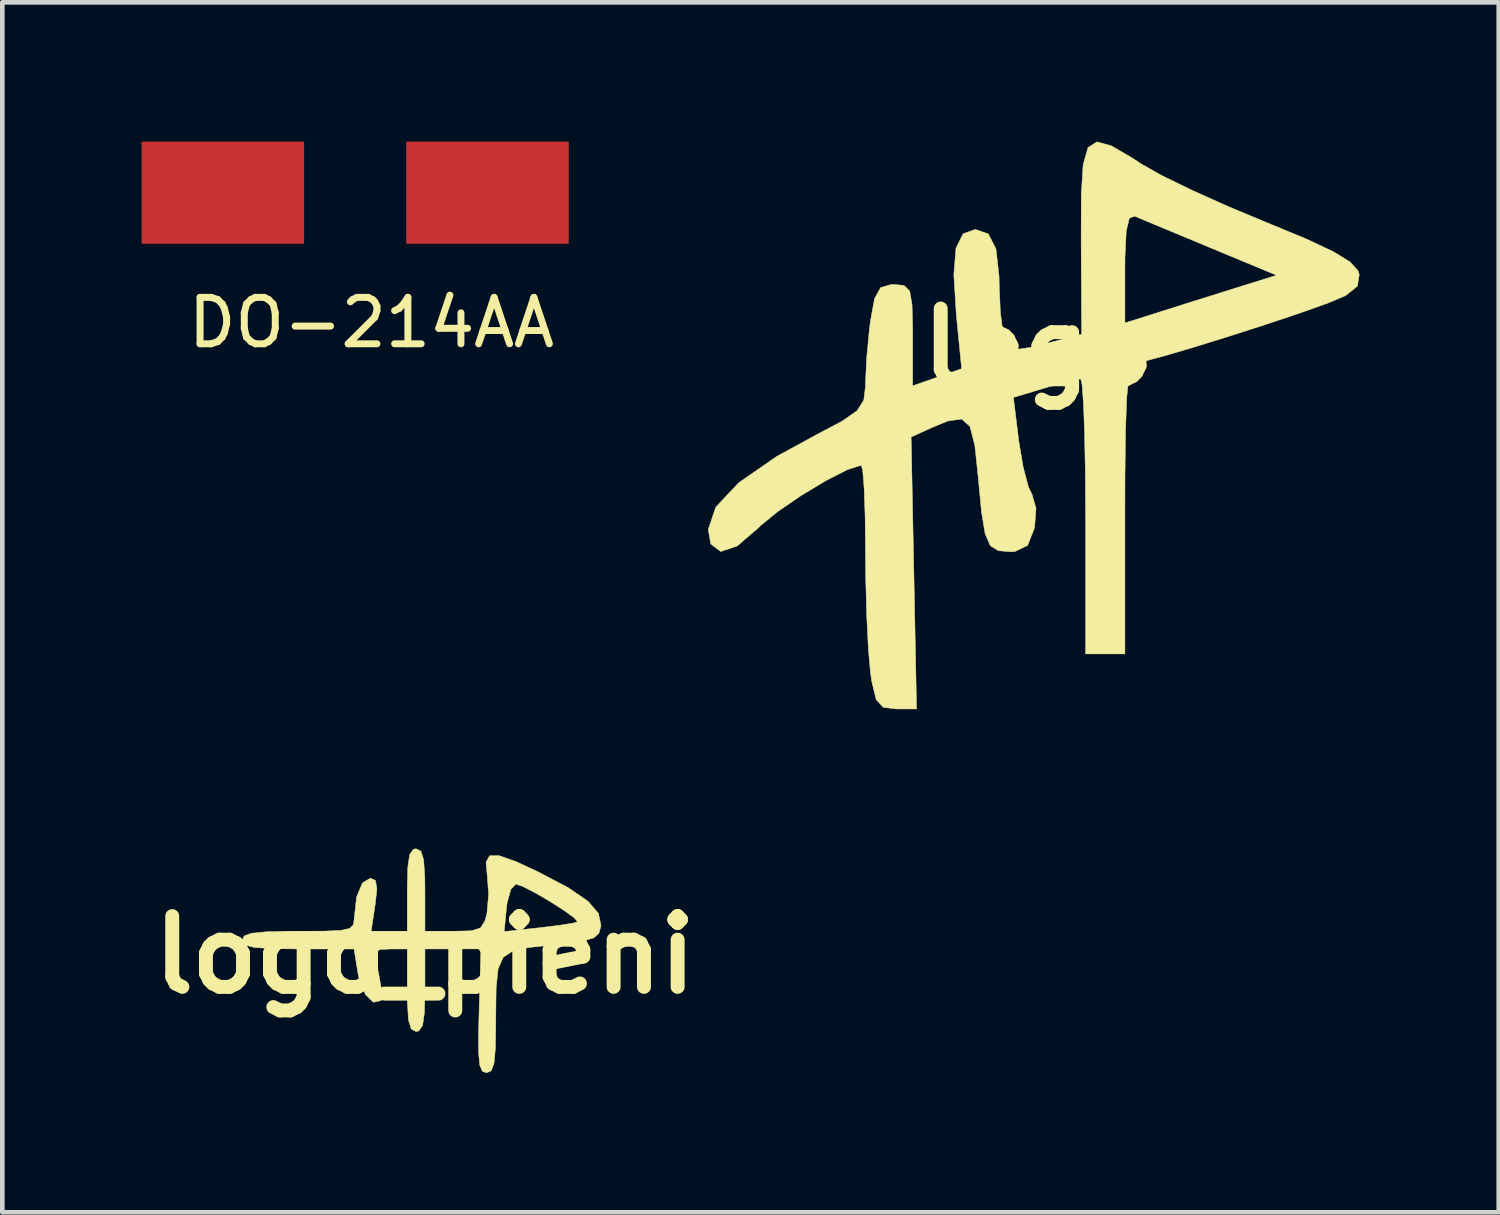
<source format=kicad_pcb>
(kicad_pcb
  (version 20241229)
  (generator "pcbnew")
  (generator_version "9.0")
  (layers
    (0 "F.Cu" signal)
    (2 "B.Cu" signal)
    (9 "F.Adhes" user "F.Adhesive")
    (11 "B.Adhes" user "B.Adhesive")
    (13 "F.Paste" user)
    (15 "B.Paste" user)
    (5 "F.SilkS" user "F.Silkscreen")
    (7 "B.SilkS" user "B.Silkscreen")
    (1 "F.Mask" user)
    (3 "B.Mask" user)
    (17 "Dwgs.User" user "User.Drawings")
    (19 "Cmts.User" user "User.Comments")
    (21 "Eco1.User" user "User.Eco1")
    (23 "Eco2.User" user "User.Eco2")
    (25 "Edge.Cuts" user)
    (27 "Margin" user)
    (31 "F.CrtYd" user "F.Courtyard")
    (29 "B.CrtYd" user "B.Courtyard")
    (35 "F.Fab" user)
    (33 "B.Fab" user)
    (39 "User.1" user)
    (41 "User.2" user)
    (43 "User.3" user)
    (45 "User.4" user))
  (footprint "logo"
    (layer "F.Cu")
    (at 19.317 4.431)
    (property "Reference" "logo" (at 0 0 0) (layer "F.SilkS") (effects (font (size 1.524 1.524) (thickness 0.3))))
    (attr through_hole)
    (fp_poly (pts (xy 1.567 -4.342) (xy 2.015 -4.081) (xy 2.22 -3.947) (xy 2.651 -3.703) (xy 3.308 -3.383) (xy 4.099 -3.028) (xy 4.883 -2.701) (xy 5.754 -2.341) (xy 6.348 -2.063) (xy 6.709 -1.842) (xy 6.881 -1.654) (xy 6.91 -1.566) (xy 6.87 -1.317) (xy 6.616 -1.114) (xy 6.232 -0.951) (xy 5.607 -0.73) (xy 4.866 -0.482) (xy 4.084 -0.231) (xy 3.339 0.000153) (xy 2.703 0.187) (xy 2.254 0.307) (xy 2.081 0.339) (xy 2.001 0.411) (xy 1.942 0.652) (xy 1.901 1.1) (xy 1.876 1.791) (xy 1.864 2.761) (xy 1.863 3.471) (xy 1.863 6.604) (xy 1.016 6.604) (xy 1.016 3.641) (xy 1.01 2.681) (xy 0.994 1.852) (xy 0.97 1.205) (xy 0.939 0.797) (xy 0.909 0.677) (xy 0.692 0.722) (xy 0.283 0.833) (xy 0.131 0.878) (xy -0.539 1.079) (xy -0.423 2.021) (xy -0.329 2.58) (xy -0.214 3.011) (xy -0.138 3.168) (xy -0.052 3.467) (xy -0.083 3.888) (xy -0.234 4.268) (xy -0.508 4.399) (xy -0.596 4.403) (xy -0.861 4.381) (xy -1.036 4.273) (xy -1.148 4.015) (xy -1.226 3.545) (xy -1.296 2.809) (xy -1.37 2.111) (xy -1.475 1.705) (xy -1.654 1.545) (xy -1.95 1.586) (xy -2.294 1.728) (xy -2.742 1.932) (xy -2.683 4.861) (xy -2.625 7.789) (xy -3.067 7.789) (xy -3.343 7.753) (xy -3.496 7.586) (xy -3.589 7.2) (xy -3.618 7.004) (xy -3.663 6.498) (xy -3.699 5.767) (xy -3.721 4.925) (xy -3.725 4.379) (xy -3.733 3.636) (xy -3.754 3.036) (xy -3.785 2.65) (xy -3.816 2.54) (xy -4.11 2.633) (xy -4.575 2.87) (xy -5.109 3.191) (xy -5.613 3.536) (xy -5.988 3.843) (xy -6.031 3.886) (xy -6.49 4.281) (xy -6.843 4.398) (xy -7.058 4.236) (xy -7.112 3.923) (xy -6.949 3.442) (xy -6.458 2.919) (xy -5.637 2.35) (xy -4.776 1.88) (xy -4.22 1.586) (xy -3.904 1.363) (xy -3.762 1.14) (xy -3.726 0.848) (xy -3.725 0.783) (xy -3.701 0.25) (xy -3.641 -0.387) (xy -3.618 -0.569) (xy -3.529 -1.053) (xy -3.399 -1.286) (xy -3.173 -1.353) (xy -3.11 -1.355) (xy -2.894 -1.332) (xy -2.774 -1.213) (xy -2.722 -0.921) (xy -2.709 -0.38) (xy -2.709 -0.263) (xy -2.709 0.829) (xy -1.654 0.461) (xy -1.769 -0.704) (xy -1.822 -1.562) (xy -1.777 -2.131) (xy -1.624 -2.445) (xy -1.361 -2.54) (xy -1.08 -2.443) (xy -0.915 -2.121) (xy -0.848 -1.527) (xy -0.844 -1.298) (xy -0.82 -0.756) (xy -0.762 -0.304) (xy -0.745 -0.233) (xy -0.663 -0.023) (xy -0.505 0.05) (xy -0.174 0.002) (xy 0.141 -0.076) (xy 0.931 -0.28) (xy 0.923 -1.72) (xy 1.863 -1.72) (xy 1.863 -0.524) (xy 2.667 -0.779) (xy 3.353 -0.996) (xy 4.091 -1.227) (xy 4.3 -1.293) (xy 5.13 -1.552) (xy 3.708 -2.143) (xy 3.053 -2.416) (xy 2.505 -2.644) (xy 2.149 -2.793) (xy 2.074 -2.825) (xy 1.958 -2.782) (xy 1.891 -2.504) (xy 1.864 -1.945) (xy 1.863 -1.72) (xy 0.923 -1.72) (xy 0.92 -2.341) (xy 0.923 -3.29) (xy 0.963 -3.932) (xy 1.067 -4.3) (xy 1.259 -4.426) (xy 1.567 -4.342)) (stroke (width 0.01) (type solid)) (fill yes) (layer "F.SilkS")))
  (footprint "DO-214AA"
    (layer "F.Cu")
    (at 2.25 1.1)
    (property "Reference" "DO-214AA" (at 2.7 2.8 0) (layer "F.SilkS") (effects (font (size 1 1) (thickness 0.15))))
    (attr through_hole)
    (pad "1" smd rect (at 0 0) (size 3.5 2.2) (drill (offset -0.5 0)) (layers "F.Cu" "F.Mask" "F.Paste"))
    (pad "2" smd rect (at 4.7 0) (size 3.5 2.2) (drill (offset 0.5 0)) (layers "F.Cu" "F.Mask" "F.Paste")))
  (footprint "logo_pieni"
    (layer "F.Cu")
    (at 6.103 17.517)
    (property "Reference" "logo_pieni" (at 0 0 0) (layer "F.SilkS") (effects (font (size 1.524 1.524) (thickness 0.3))))
    (attr through_hole)
    (fp_poly (pts (xy -0.087 -2.234) (xy -0.028 -2.046) (xy -0.003 -1.675) (xy 0 -1.397) (xy 0 -0.508) (xy 0.625 -0.508) (xy 1.001 -0.519) (xy 1.199 -0.581) (xy 1.294 -0.734) (xy 1.336 -0.899) (xy 1.372 -1.311) (xy 1.34 -1.724) (xy 1.316 -1.997) (xy 1.392 -2.134) (xy 1.598 -2.137) (xy 1.964 -2.008) (xy 2.458 -1.778) (xy 3.095 -1.442) (xy 3.512 -1.154) (xy 3.736 -0.894) (xy 3.791 -0.638) (xy 3.788 -0.607) (xy 3.745 -0.461) (xy 3.633 -0.365) (xy 3.398 -0.297) (xy 2.987 -0.24) (xy 2.711 -0.211) (xy 2.22 -0.156) (xy 1.888 -0.082) (xy 1.684 0.055) (xy 1.576 0.301) (xy 1.534 0.701) (xy 1.526 1.298) (xy 1.526 1.492) (xy 1.517 2.019) (xy 1.487 2.339) (xy 1.427 2.497) (xy 1.327 2.54) (xy 1.325 2.54) (xy 1.237 2.507) (xy 1.182 2.381) (xy 1.156 2.118) (xy 1.155 1.676) (xy 1.167 1.206) (xy 1.206 -0.128) (xy 0 -0.127) (xy 0 0.762) (xy -0.011 1.245) (xy -0.051 1.521) (xy -0.131 1.638) (xy -0.191 1.651) (xy -0.294 1.599) (xy -0.353 1.411) (xy -0.378 1.04) (xy -0.381 0.762) (xy -0.381 -0.127) (xy -0.749 -0.127) (xy -0.976 -0.115) (xy -1.063 -0.031) (xy -1.043 0.193) (xy -0.998 0.398) (xy -0.939 0.735) (xy -0.931 0.953) (xy -0.943 0.985) (xy -1.11 1.021) (xy -1.281 0.856) (xy -1.413 0.539) (xy -1.444 0.392) (xy -1.527 -0.127) (xy -2.732 -0.127) (xy -3.307 -0.134) (xy -3.67 -0.159) (xy -3.865 -0.209) (xy -3.934 -0.29) (xy -3.937 -0.318) (xy -3.894 -0.408) (xy -3.736 -0.466) (xy -3.421 -0.497) (xy -3.18 -0.502) (xy 1.707 -0.502) (xy 2.473 -0.585) (xy 2.885 -0.635) (xy 3.18 -0.682) (xy 3.285 -0.709) (xy 3.221 -0.793) (xy 3.001 -0.954) (xy 2.695 -1.15) (xy 2.372 -1.338) (xy 2.1 -1.477) (xy 1.957 -1.524) (xy 1.85 -1.41) (xy 1.77 -1.124) (xy 1.756 -1.013) (xy 1.707 -0.502) (xy -3.18 -0.502) (xy -2.905 -0.508) (xy -2.731 -0.508) (xy -2.171 -0.511) (xy -1.818 -0.527) (xy -1.624 -0.568) (xy -1.542 -0.645) (xy -1.523 -0.769) (xy -1.522 -0.794) (xy -1.473 -1.245) (xy -1.347 -1.549) (xy -1.177 -1.651) (xy -1.065 -1.603) (xy -1.035 -1.419) (xy -1.073 -1.079) (xy -1.159 -0.508) (xy -0.381 -0.508) (xy -0.381 -1.397) (xy -0.37 -1.88) (xy -0.33 -2.156) (xy -0.25 -2.273) (xy -0.191 -2.286) (xy -0.087 -2.234)) (stroke (width 0.01) (type solid)) (fill yes) (layer "F.SilkS")))
  (gr_rect
    (start -3 -3)
    (end 29.232 23.062)
    (stroke (width 0.1) (type default))
    (fill no)
    (layer "Edge.Cuts")))
</source>
